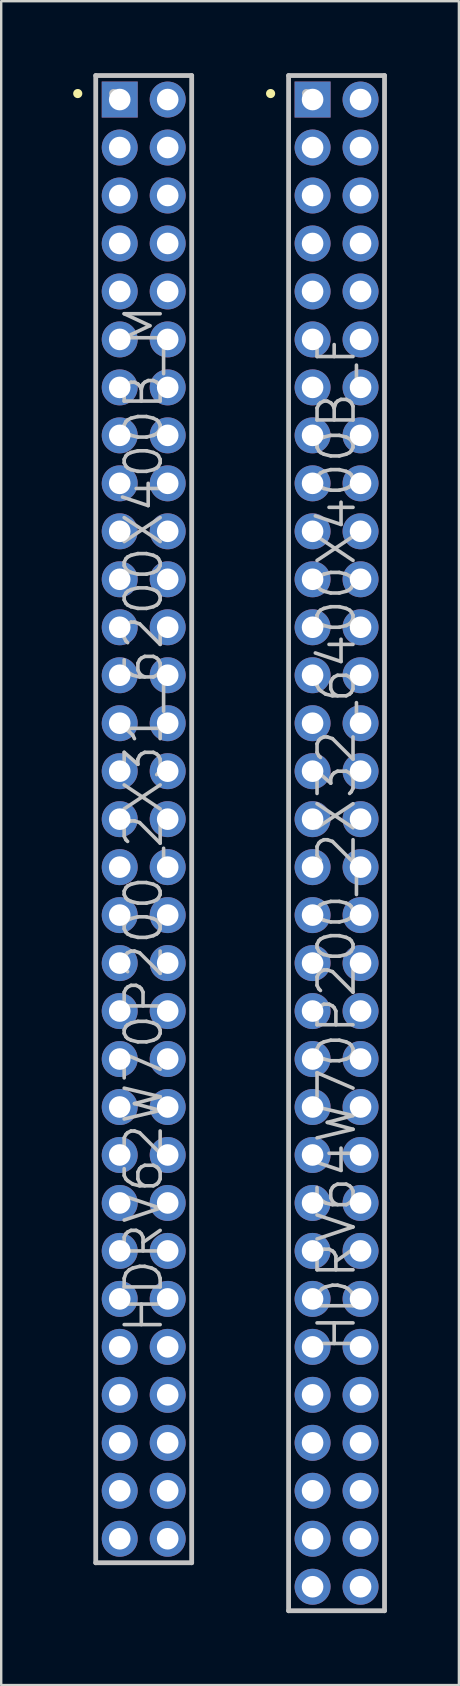
<source format=kicad_pcb>
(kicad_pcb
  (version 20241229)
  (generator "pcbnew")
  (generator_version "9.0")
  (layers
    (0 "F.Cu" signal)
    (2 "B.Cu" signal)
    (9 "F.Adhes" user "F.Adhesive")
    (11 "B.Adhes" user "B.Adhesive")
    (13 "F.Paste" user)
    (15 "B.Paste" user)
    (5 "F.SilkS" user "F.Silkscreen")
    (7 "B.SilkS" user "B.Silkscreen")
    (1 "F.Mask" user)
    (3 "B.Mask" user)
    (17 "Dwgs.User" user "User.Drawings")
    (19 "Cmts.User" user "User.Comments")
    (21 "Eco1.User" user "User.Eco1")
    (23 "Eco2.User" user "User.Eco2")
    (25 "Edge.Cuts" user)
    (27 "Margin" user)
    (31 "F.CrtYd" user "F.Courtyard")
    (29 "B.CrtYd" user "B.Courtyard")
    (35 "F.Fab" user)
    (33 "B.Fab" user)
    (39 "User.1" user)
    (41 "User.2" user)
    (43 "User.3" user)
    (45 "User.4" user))
  (footprint "HDRV62W70P200_2X31_6200X400B_M"
    (layer "F.Cu")
    (at 2.941 31.1)
    (property "Reference" "HDRV62W70P200_2X31_6200X400B_M" (at 0 0 90) (layer "Dwgs.User") (effects (font (size 1.5 1.5) (thickness 0.15))))
    (attr through_hole)
    (fp_line (start -2.75 -30.25) (end -2.75 -30.25) (stroke (width 0.381) (type solid)) (layer "F.SilkS"))
    (fp_line (start -2 -31) (end -2 31) (stroke (width 0.2) (type solid)) (layer "Dwgs.User"))
    (fp_line (start -2 -31) (end 2 -31) (stroke (width 0.2) (type solid)) (layer "Dwgs.User"))
    (fp_line (start -2 31) (end 2 31) (stroke (width 0.2) (type solid)) (layer "Dwgs.User"))
    (fp_line (start -1.25 -30.25) (end -1.25 -30.25) (stroke (width 0.381) (type solid)) (layer "Dwgs.User"))
    (fp_line (start 2 -31) (end 2 31) (stroke (width 0.2) (type solid)) (layer "Dwgs.User"))
    (pad "1" thru_hole rect (at -1 -30) (size 1.5 1.5) (drill 0.9) (layers "*.Cu" "*.Mask"))
    (pad "2" thru_hole circle (at 1 -30 270) (size 1.5 1.5) (drill 0.9) (layers "*.Cu" "*.Mask"))
    (pad "3" thru_hole circle (at -1 -28 270) (size 1.5 1.5) (drill 0.9) (layers "*.Cu" "*.Mask"))
    (pad "4" thru_hole circle (at 1 -28 270) (size 1.5 1.5) (drill 0.9) (layers "*.Cu" "*.Mask"))
    (pad "5" thru_hole circle (at -1 -26 270) (size 1.5 1.5) (drill 0.9) (layers "*.Cu" "*.Mask"))
    (pad "6" thru_hole circle (at 1 -26 270) (size 1.5 1.5) (drill 0.9) (layers "*.Cu" "*.Mask"))
    (pad "7" thru_hole circle (at -1 -24 270) (size 1.5 1.5) (drill 0.9) (layers "*.Cu" "*.Mask"))
    (pad "8" thru_hole circle (at 1 -24 270) (size 1.5 1.5) (drill 0.9) (layers "*.Cu" "*.Mask"))
    (pad "9" thru_hole circle (at -1 -22 270) (size 1.5 1.5) (drill 0.9) (layers "*.Cu" "*.Mask"))
    (pad "10" thru_hole circle (at 1 -22 270) (size 1.5 1.5) (drill 0.9) (layers "*.Cu" "*.Mask"))
    (pad "11" thru_hole circle (at -1 -20 270) (size 1.5 1.5) (drill 0.9) (layers "*.Cu" "*.Mask"))
    (pad "12" thru_hole circle (at 1 -20 270) (size 1.5 1.5) (drill 0.9) (layers "*.Cu" "*.Mask"))
    (pad "13" thru_hole circle (at -1 -18 270) (size 1.5 1.5) (drill 0.9) (layers "*.Cu" "*.Mask"))
    (pad "14" thru_hole circle (at 1 -18 270) (size 1.5 1.5) (drill 0.9) (layers "*.Cu" "*.Mask"))
    (pad "15" thru_hole circle (at -1 -16 270) (size 1.5 1.5) (drill 0.9) (layers "*.Cu" "*.Mask"))
    (pad "16" thru_hole circle (at 1 -16 270) (size 1.5 1.5) (drill 0.9) (layers "*.Cu" "*.Mask"))
    (pad "17" thru_hole circle (at -1 -14 270) (size 1.5 1.5) (drill 0.9) (layers "*.Cu" "*.Mask"))
    (pad "18" thru_hole circle (at 1 -14 270) (size 1.5 1.5) (drill 0.9) (layers "*.Cu" "*.Mask"))
    (pad "19" thru_hole circle (at -1 -12 270) (size 1.5 1.5) (drill 0.9) (layers "*.Cu" "*.Mask"))
    (pad "20" thru_hole circle (at 1 -12 270) (size 1.5 1.5) (drill 0.9) (layers "*.Cu" "*.Mask"))
    (pad "21" thru_hole circle (at -1 -10 270) (size 1.5 1.5) (drill 0.9) (layers "*.Cu" "*.Mask"))
    (pad "22" thru_hole circle (at 1 -10 270) (size 1.5 1.5) (drill 0.9) (layers "*.Cu" "*.Mask"))
    (pad "23" thru_hole circle (at -1 -8 270) (size 1.5 1.5) (drill 0.9) (layers "*.Cu" "*.Mask"))
    (pad "24" thru_hole circle (at 1 -8 270) (size 1.5 1.5) (drill 0.9) (layers "*.Cu" "*.Mask"))
    (pad "25" thru_hole circle (at -1 -6 270) (size 1.5 1.5) (drill 0.9) (layers "*.Cu" "*.Mask"))
    (pad "26" thru_hole circle (at 1 -6 270) (size 1.5 1.5) (drill 0.9) (layers "*.Cu" "*.Mask"))
    (pad "27" thru_hole circle (at -1 -4 270) (size 1.5 1.5) (drill 0.9) (layers "*.Cu" "*.Mask"))
    (pad "28" thru_hole circle (at 1 -4 270) (size 1.5 1.5) (drill 0.9) (layers "*.Cu" "*.Mask"))
    (pad "29" thru_hole circle (at -1 -2 270) (size 1.5 1.5) (drill 0.9) (layers "*.Cu" "*.Mask"))
    (pad "30" thru_hole circle (at 1 -2 270) (size 1.5 1.5) (drill 0.9) (layers "*.Cu" "*.Mask"))
    (pad "31" thru_hole circle (at -1 0 270) (size 1.5 1.5) (drill 0.9) (layers "*.Cu" "*.Mask"))
    (pad "32" thru_hole circle (at 1 0 270) (size 1.5 1.5) (drill 0.9) (layers "*.Cu" "*.Mask"))
    (pad "33" thru_hole circle (at -1 2 270) (size 1.5 1.5) (drill 0.9) (layers "*.Cu" "*.Mask"))
    (pad "34" thru_hole circle (at 1 2 270) (size 1.5 1.5) (drill 0.9) (layers "*.Cu" "*.Mask"))
    (pad "35" thru_hole circle (at -1 4 270) (size 1.5 1.5) (drill 0.9) (layers "*.Cu" "*.Mask"))
    (pad "36" thru_hole circle (at 1 4 270) (size 1.5 1.5) (drill 0.9) (layers "*.Cu" "*.Mask"))
    (pad "37" thru_hole circle (at -1 6 270) (size 1.5 1.5) (drill 0.9) (layers "*.Cu" "*.Mask"))
    (pad "38" thru_hole circle (at 1 6 270) (size 1.5 1.5) (drill 0.9) (layers "*.Cu" "*.Mask"))
    (pad "39" thru_hole circle (at -1 8 270) (size 1.5 1.5) (drill 0.9) (layers "*.Cu" "*.Mask"))
    (pad "40" thru_hole circle (at 1 8 270) (size 1.5 1.5) (drill 0.9) (layers "*.Cu" "*.Mask"))
    (pad "41" thru_hole circle (at -1 10 270) (size 1.5 1.5) (drill 0.9) (layers "*.Cu" "*.Mask"))
    (pad "42" thru_hole circle (at 1 10 270) (size 1.5 1.5) (drill 0.9) (layers "*.Cu" "*.Mask"))
    (pad "43" thru_hole circle (at -1 12 270) (size 1.5 1.5) (drill 0.9) (layers "*.Cu" "*.Mask"))
    (pad "44" thru_hole circle (at 1 12 270) (size 1.5 1.5) (drill 0.9) (layers "*.Cu" "*.Mask"))
    (pad "45" thru_hole circle (at -1 14 270) (size 1.5 1.5) (drill 0.9) (layers "*.Cu" "*.Mask"))
    (pad "46" thru_hole circle (at 1 14 270) (size 1.5 1.5) (drill 0.9) (layers "*.Cu" "*.Mask"))
    (pad "47" thru_hole circle (at -1 16 270) (size 1.5 1.5) (drill 0.9) (layers "*.Cu" "*.Mask"))
    (pad "48" thru_hole circle (at 1 16 270) (size 1.5 1.5) (drill 0.9) (layers "*.Cu" "*.Mask"))
    (pad "49" thru_hole circle (at -1 18 270) (size 1.5 1.5) (drill 0.9) (layers "*.Cu" "*.Mask"))
    (pad "50" thru_hole circle (at 1 18 270) (size 1.5 1.5) (drill 0.9) (layers "*.Cu" "*.Mask"))
    (pad "51" thru_hole circle (at -1 20 270) (size 1.5 1.5) (drill 0.9) (layers "*.Cu" "*.Mask"))
    (pad "52" thru_hole circle (at 1 20 270) (size 1.5 1.5) (drill 0.9) (layers "*.Cu" "*.Mask"))
    (pad "53" thru_hole circle (at -1 22 270) (size 1.5 1.5) (drill 0.9) (layers "*.Cu" "*.Mask"))
    (pad "54" thru_hole circle (at 1 22 270) (size 1.5 1.5) (drill 0.9) (layers "*.Cu" "*.Mask"))
    (pad "55" thru_hole circle (at -1 24 270) (size 1.5 1.5) (drill 0.9) (layers "*.Cu" "*.Mask"))
    (pad "56" thru_hole circle (at 1 24 270) (size 1.5 1.5) (drill 0.9) (layers "*.Cu" "*.Mask"))
    (pad "57" thru_hole circle (at -1 26 270) (size 1.5 1.5) (drill 0.9) (layers "*.Cu" "*.Mask"))
    (pad "58" thru_hole circle (at 1 26 270) (size 1.5 1.5) (drill 0.9) (layers "*.Cu" "*.Mask"))
    (pad "59" thru_hole circle (at -1 28 270) (size 1.5 1.5) (drill 0.9) (layers "*.Cu" "*.Mask"))
    (pad "60" thru_hole circle (at 1 28 270) (size 1.5 1.5) (drill 0.9) (layers "*.Cu" "*.Mask"))
    (pad "61" thru_hole circle (at -1 30 270) (size 1.5 1.5) (drill 0.9) (layers "*.Cu" "*.Mask"))
    (pad "62" thru_hole circle (at 1 30 270) (size 1.5 1.5) (drill 0.9) (layers "*.Cu" "*.Mask")))
  (footprint "HDRV64W70P200_2X32_6400X400B_F"
    (layer "F.Cu")
    (at 10.981 32.1)
    (property "Reference" "HDRV64W70P200_2X32_6400X400B_F" (at 0 0 90) (layer "Dwgs.User") (effects (font (size 1.5 1.5) (thickness 0.15))))
    (attr through_hole)
    (fp_line (start -2.75 -31.25) (end -2.75 -31.25) (stroke (width 0.381) (type solid)) (layer "F.SilkS"))
    (fp_line (start -2 -32) (end -2 32) (stroke (width 0.2) (type solid)) (layer "Dwgs.User"))
    (fp_line (start -2 -32) (end 2 -32) (stroke (width 0.2) (type solid)) (layer "Dwgs.User"))
    (fp_line (start -2 32) (end 2 32) (stroke (width 0.2) (type solid)) (layer "Dwgs.User"))
    (fp_line (start -1.25 -31.25) (end -1.25 -31.25) (stroke (width 0.381) (type solid)) (layer "Dwgs.User"))
    (fp_line (start 2 -32) (end 2 32) (stroke (width 0.2) (type solid)) (layer "Dwgs.User"))
    (pad "1" thru_hole rect (at -1 -31) (size 1.5 1.5) (drill 0.9) (layers "*.Cu" "*.Mask"))
    (pad "2" thru_hole circle (at 1 -31 270) (size 1.5 1.5) (drill 0.9) (layers "*.Cu" "*.Mask"))
    (pad "3" thru_hole circle (at -1 -29 270) (size 1.5 1.5) (drill 0.9) (layers "*.Cu" "*.Mask"))
    (pad "4" thru_hole circle (at 1 -29 270) (size 1.5 1.5) (drill 0.9) (layers "*.Cu" "*.Mask"))
    (pad "5" thru_hole circle (at -1 -27 270) (size 1.5 1.5) (drill 0.9) (layers "*.Cu" "*.Mask"))
    (pad "6" thru_hole circle (at 1 -27 270) (size 1.5 1.5) (drill 0.9) (layers "*.Cu" "*.Mask"))
    (pad "7" thru_hole circle (at -1 -25 270) (size 1.5 1.5) (drill 0.9) (layers "*.Cu" "*.Mask"))
    (pad "8" thru_hole circle (at 1 -25 270) (size 1.5 1.5) (drill 0.9) (layers "*.Cu" "*.Mask"))
    (pad "9" thru_hole circle (at -1 -23 270) (size 1.5 1.5) (drill 0.9) (layers "*.Cu" "*.Mask"))
    (pad "10" thru_hole circle (at 1 -23 270) (size 1.5 1.5) (drill 0.9) (layers "*.Cu" "*.Mask"))
    (pad "11" thru_hole circle (at -1 -21 270) (size 1.5 1.5) (drill 0.9) (layers "*.Cu" "*.Mask"))
    (pad "12" thru_hole circle (at 1 -21 270) (size 1.5 1.5) (drill 0.9) (layers "*.Cu" "*.Mask"))
    (pad "13" thru_hole circle (at -1 -19 270) (size 1.5 1.5) (drill 0.9) (layers "*.Cu" "*.Mask"))
    (pad "14" thru_hole circle (at 1 -19 270) (size 1.5 1.5) (drill 0.9) (layers "*.Cu" "*.Mask"))
    (pad "15" thru_hole circle (at -1 -17 270) (size 1.5 1.5) (drill 0.9) (layers "*.Cu" "*.Mask"))
    (pad "16" thru_hole circle (at 1 -17 270) (size 1.5 1.5) (drill 0.9) (layers "*.Cu" "*.Mask"))
    (pad "17" thru_hole circle (at -1 -15 270) (size 1.5 1.5) (drill 0.9) (layers "*.Cu" "*.Mask"))
    (pad "18" thru_hole circle (at 1 -15 270) (size 1.5 1.5) (drill 0.9) (layers "*.Cu" "*.Mask"))
    (pad "19" thru_hole circle (at -1 -13 270) (size 1.5 1.5) (drill 0.9) (layers "*.Cu" "*.Mask"))
    (pad "20" thru_hole circle (at 1 -13 270) (size 1.5 1.5) (drill 0.9) (layers "*.Cu" "*.Mask"))
    (pad "21" thru_hole circle (at -1 -11 270) (size 1.5 1.5) (drill 0.9) (layers "*.Cu" "*.Mask"))
    (pad "22" thru_hole circle (at 1 -11 270) (size 1.5 1.5) (drill 0.9) (layers "*.Cu" "*.Mask"))
    (pad "23" thru_hole circle (at -1 -9 270) (size 1.5 1.5) (drill 0.9) (layers "*.Cu" "*.Mask"))
    (pad "24" thru_hole circle (at 1 -9 270) (size 1.5 1.5) (drill 0.9) (layers "*.Cu" "*.Mask"))
    (pad "25" thru_hole circle (at -1 -7 270) (size 1.5 1.5) (drill 0.9) (layers "*.Cu" "*.Mask"))
    (pad "26" thru_hole circle (at 1 -7 270) (size 1.5 1.5) (drill 0.9) (layers "*.Cu" "*.Mask"))
    (pad "27" thru_hole circle (at -1 -5 270) (size 1.5 1.5) (drill 0.9) (layers "*.Cu" "*.Mask"))
    (pad "28" thru_hole circle (at 1 -5 270) (size 1.5 1.5) (drill 0.9) (layers "*.Cu" "*.Mask"))
    (pad "29" thru_hole circle (at -1 -3 270) (size 1.5 1.5) (drill 0.9) (layers "*.Cu" "*.Mask"))
    (pad "30" thru_hole circle (at 1 -3 270) (size 1.5 1.5) (drill 0.9) (layers "*.Cu" "*.Mask"))
    (pad "31" thru_hole circle (at -1 -1 270) (size 1.5 1.5) (drill 0.9) (layers "*.Cu" "*.Mask"))
    (pad "32" thru_hole circle (at 1 -1 270) (size 1.5 1.5) (drill 0.9) (layers "*.Cu" "*.Mask"))
    (pad "33" thru_hole circle (at -1 1 270) (size 1.5 1.5) (drill 0.9) (layers "*.Cu" "*.Mask"))
    (pad "34" thru_hole circle (at 1 1 270) (size 1.5 1.5) (drill 0.9) (layers "*.Cu" "*.Mask"))
    (pad "35" thru_hole circle (at -1 3 270) (size 1.5 1.5) (drill 0.9) (layers "*.Cu" "*.Mask"))
    (pad "36" thru_hole circle (at 1 3 270) (size 1.5 1.5) (drill 0.9) (layers "*.Cu" "*.Mask"))
    (pad "37" thru_hole circle (at -1 5 270) (size 1.5 1.5) (drill 0.9) (layers "*.Cu" "*.Mask"))
    (pad "38" thru_hole circle (at 1 5 270) (size 1.5 1.5) (drill 0.9) (layers "*.Cu" "*.Mask"))
    (pad "39" thru_hole circle (at -1 7 270) (size 1.5 1.5) (drill 0.9) (layers "*.Cu" "*.Mask"))
    (pad "40" thru_hole circle (at 1 7 270) (size 1.5 1.5) (drill 0.9) (layers "*.Cu" "*.Mask"))
    (pad "41" thru_hole circle (at -1 9 270) (size 1.5 1.5) (drill 0.9) (layers "*.Cu" "*.Mask"))
    (pad "42" thru_hole circle (at 1 9 270) (size 1.5 1.5) (drill 0.9) (layers "*.Cu" "*.Mask"))
    (pad "43" thru_hole circle (at -1 11 270) (size 1.5 1.5) (drill 0.9) (layers "*.Cu" "*.Mask"))
    (pad "44" thru_hole circle (at 1 11 270) (size 1.5 1.5) (drill 0.9) (layers "*.Cu" "*.Mask"))
    (pad "45" thru_hole circle (at -1 13 270) (size 1.5 1.5) (drill 0.9) (layers "*.Cu" "*.Mask"))
    (pad "46" thru_hole circle (at 1 13 270) (size 1.5 1.5) (drill 0.9) (layers "*.Cu" "*.Mask"))
    (pad "47" thru_hole circle (at -1 15 270) (size 1.5 1.5) (drill 0.9) (layers "*.Cu" "*.Mask"))
    (pad "48" thru_hole circle (at 1 15 270) (size 1.5 1.5) (drill 0.9) (layers "*.Cu" "*.Mask"))
    (pad "49" thru_hole circle (at -1 17 270) (size 1.5 1.5) (drill 0.9) (layers "*.Cu" "*.Mask"))
    (pad "50" thru_hole circle (at 1 17 270) (size 1.5 1.5) (drill 0.9) (layers "*.Cu" "*.Mask"))
    (pad "51" thru_hole circle (at -1 19 270) (size 1.5 1.5) (drill 0.9) (layers "*.Cu" "*.Mask"))
    (pad "52" thru_hole circle (at 1 19 270) (size 1.5 1.5) (drill 0.9) (layers "*.Cu" "*.Mask"))
    (pad "53" thru_hole circle (at -1 21 270) (size 1.5 1.5) (drill 0.9) (layers "*.Cu" "*.Mask"))
    (pad "54" thru_hole circle (at 1 21 270) (size 1.5 1.5) (drill 0.9) (layers "*.Cu" "*.Mask"))
    (pad "55" thru_hole circle (at -1 23 270) (size 1.5 1.5) (drill 0.9) (layers "*.Cu" "*.Mask"))
    (pad "56" thru_hole circle (at 1 23 270) (size 1.5 1.5) (drill 0.9) (layers "*.Cu" "*.Mask"))
    (pad "57" thru_hole circle (at -1 25 270) (size 1.5 1.5) (drill 0.9) (layers "*.Cu" "*.Mask"))
    (pad "58" thru_hole circle (at 1 25 270) (size 1.5 1.5) (drill 0.9) (layers "*.Cu" "*.Mask"))
    (pad "59" thru_hole circle (at -1 27 270) (size 1.5 1.5) (drill 0.9) (layers "*.Cu" "*.Mask"))
    (pad "60" thru_hole circle (at 1 27 270) (size 1.5 1.5) (drill 0.9) (layers "*.Cu" "*.Mask"))
    (pad "61" thru_hole circle (at -1 29 270) (size 1.5 1.5) (drill 0.9) (layers "*.Cu" "*.Mask"))
    (pad "62" thru_hole circle (at 1 29 270) (size 1.5 1.5) (drill 0.9) (layers "*.Cu" "*.Mask"))
    (pad "63" thru_hole circle (at -1 31 270) (size 1.5 1.5) (drill 0.9) (layers "*.Cu" "*.Mask"))
    (pad "64" thru_hole circle (at 1 31 270) (size 1.5 1.5) (drill 0.9) (layers "*.Cu" "*.Mask")))
  (gr_rect
    (start -3 -3)
    (end 16.081 67.2)
    (stroke (width 0.1) (type default))
    (fill no)
    (layer "Edge.Cuts")))
</source>
